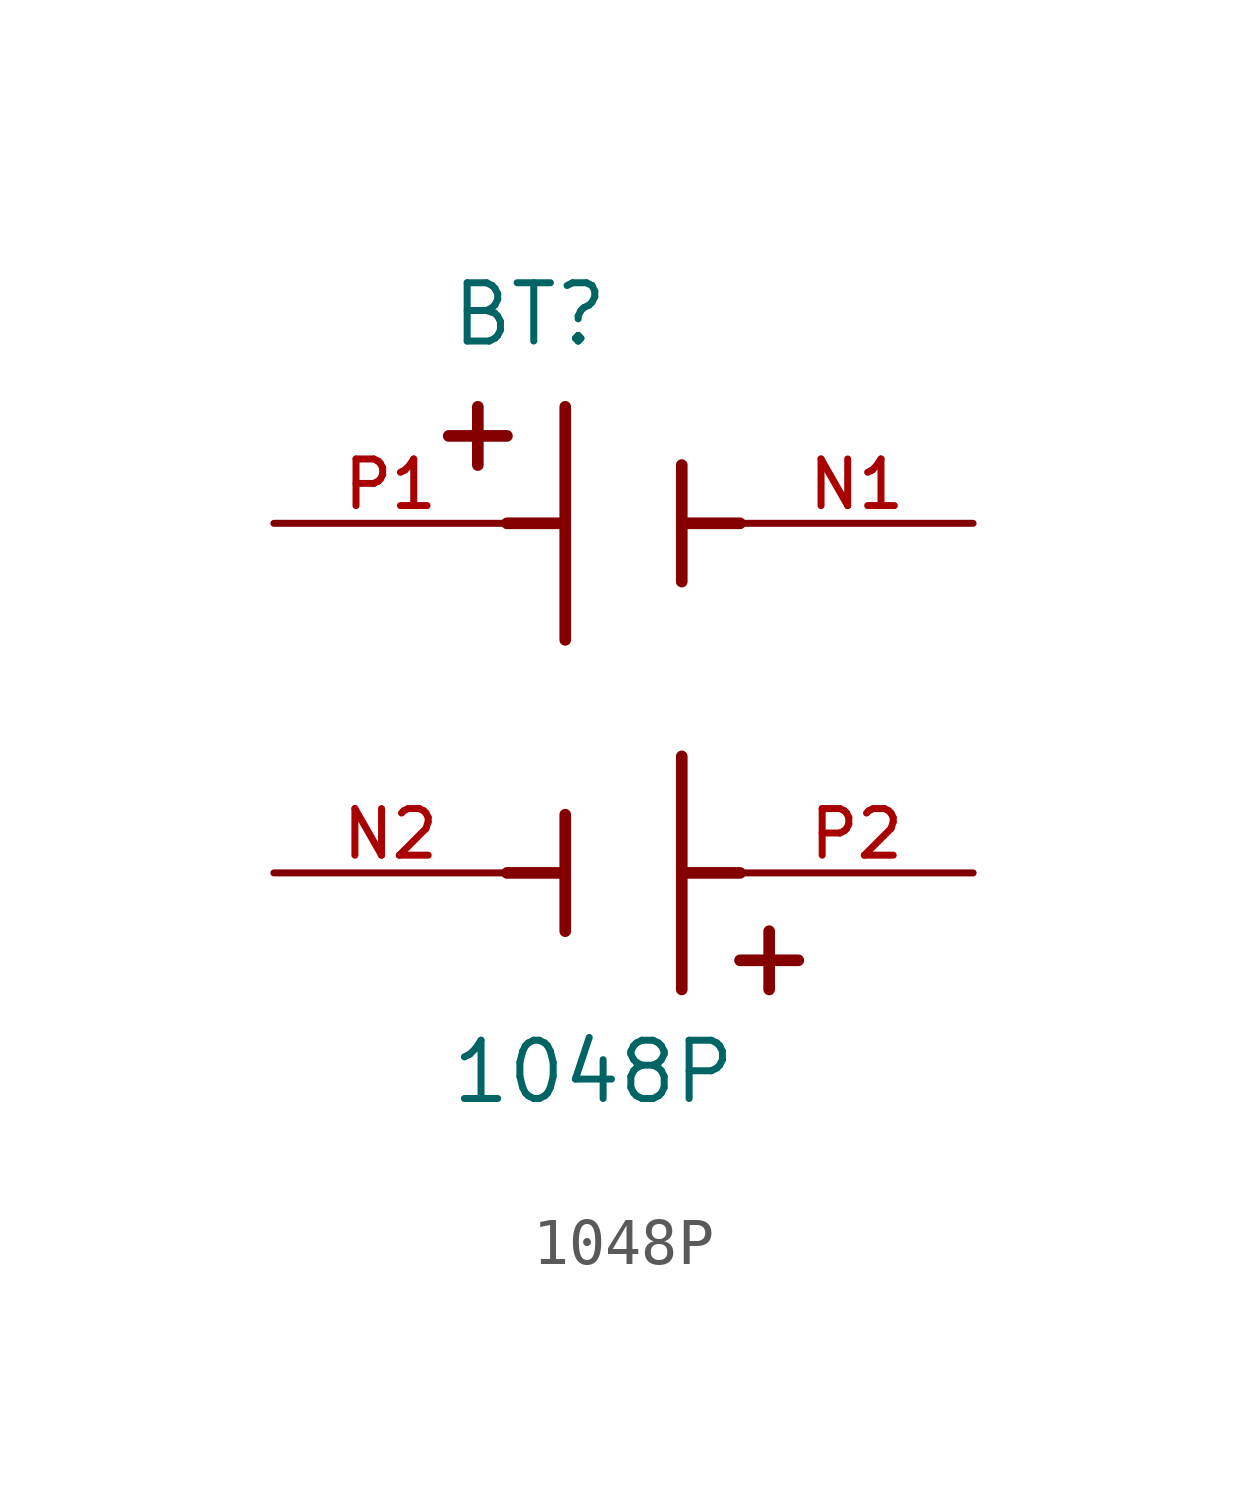
<source format=kicad_sym>
(kicad_symbol_lib
  (version 20211014)
  (generator kicad_symbol_editor)
  (symbol "1048P"
    (pin_names
      (offset 1.016))
    (property "Reference" "BT"
      (at -3.81 6.35 0)
      (effects (font (size 1.27 1.27)) (justify bottom left)))
    (property "Value" "1048P"
      (at -3.81 -10.16 0)
      (effects (font (size 1.27 1.27)) (justify bottom left)))
    (symbol "1048P_0_0"
      (polyline (pts (xy -1.27 5.08) (xy -1.27 2.54)) (stroke (width 0.254)))
      (polyline (pts (xy -1.27 2.54) (xy -1.27 0.0)) (stroke (width 0.254)))
      (polyline (pts (xy 1.27 3.81) (xy 1.27 2.54)) (stroke (width 0.254)))
      (polyline (pts (xy 1.27 2.54) (xy 1.27 1.27)) (stroke (width 0.254)))
      (polyline (pts (xy -1.27 2.54) (xy -2.54 2.54)) (stroke (width 0.254)))
      (polyline (pts (xy 1.27 2.54) (xy 2.54 2.54)) (stroke (width 0.254)))
      (polyline (pts (xy -3.175 5.08) (xy -3.175 3.81)) (stroke (width 0.254)))
      (polyline (pts (xy -3.81 4.445) (xy -2.54 4.445)) (stroke (width 0.254)))
      (polyline (pts (xy 1.27 -7.62) (xy 1.27 -5.08)) (stroke (width 0.254)))
      (polyline (pts (xy 1.27 -5.08) (xy 1.27 -2.54)) (stroke (width 0.254)))
      (polyline (pts (xy -1.27 -6.35) (xy -1.27 -5.08)) (stroke (width 0.254)))
      (polyline (pts (xy -1.27 -5.08) (xy -1.27 -3.81)) (stroke (width 0.254)))
      (polyline (pts (xy 1.27 -5.08) (xy 2.54 -5.08)) (stroke (width 0.254)))
      (polyline (pts (xy -1.27 -5.08) (xy -2.54 -5.08)) (stroke (width 0.254)))
      (polyline (pts (xy 3.175 -7.62) (xy 3.175 -6.35)) (stroke (width 0.254)))
      (polyline (pts (xy 3.81 -6.985) (xy 2.54 -6.985)) (stroke (width 0.254)))
      (pin passive line (at -7.62 2.54 0) (length 5.08) (name "~" (effects (font (size 1.016 1.016)))) (number "P1" (effects (font (size 1.016 1.016)))))
      (pin passive line (at 7.62 2.54 180.0) (length 5.08) (name "~" (effects (font (size 1.016 1.016)))) (number "N1" (effects (font (size 1.016 1.016)))))
      (pin passive line (at 7.62 -5.08 180.0) (length 5.08) (name "~" (effects (font (size 1.016 1.016)))) (number "P2" (effects (font (size 1.016 1.016)))))
      (pin passive line (at -7.62 -5.08 0) (length 5.08) (name "~" (effects (font (size 1.016 1.016)))) (number "N2" (effects (font (size 1.016 1.016))))))))
</source>
